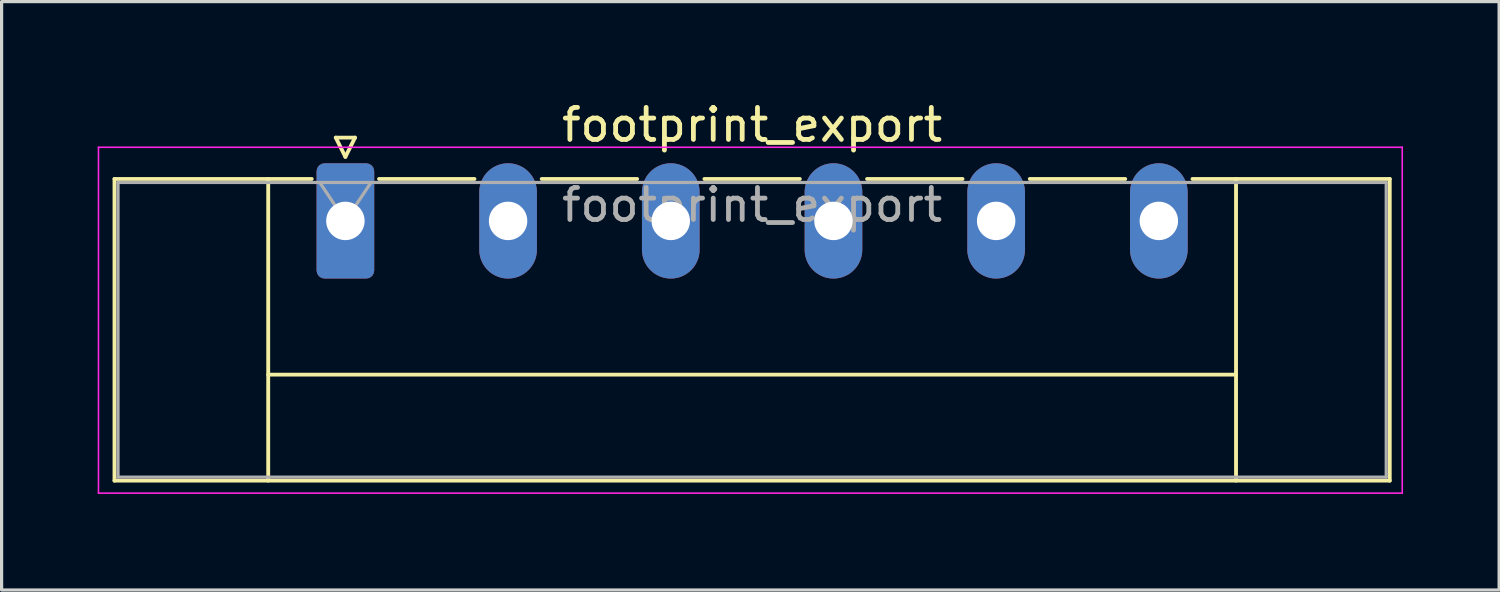
<source format=kicad_pcb>
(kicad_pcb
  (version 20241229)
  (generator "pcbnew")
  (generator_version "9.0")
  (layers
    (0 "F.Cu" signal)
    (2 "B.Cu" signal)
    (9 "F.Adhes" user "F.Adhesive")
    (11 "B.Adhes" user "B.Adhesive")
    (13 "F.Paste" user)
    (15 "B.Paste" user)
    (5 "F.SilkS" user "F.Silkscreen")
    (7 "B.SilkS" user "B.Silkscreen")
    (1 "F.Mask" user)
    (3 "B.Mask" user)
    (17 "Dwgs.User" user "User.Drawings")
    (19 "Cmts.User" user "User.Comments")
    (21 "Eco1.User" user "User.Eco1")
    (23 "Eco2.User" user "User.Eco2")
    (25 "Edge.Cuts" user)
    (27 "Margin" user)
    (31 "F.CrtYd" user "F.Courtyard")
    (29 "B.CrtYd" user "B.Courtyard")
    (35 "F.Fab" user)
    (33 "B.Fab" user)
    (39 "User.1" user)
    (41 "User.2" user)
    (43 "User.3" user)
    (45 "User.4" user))
  (footprint "footprint_export"
    (layer "F.Cu")
    (at 7.735 3.848)
    (property "Reference" "footprint_export" (at 12.7 -3 0) (layer "F.SilkS") (effects (font (size 1 1) (thickness 0.15))))
    (attr through_hole)
    (fp_line (start -7.21 -1.31) (end -7.21 8.11) (stroke (width 0.12) (type solid)) (layer "F.SilkS"))
    (fp_line (start -7.21 -1.31) (end -1.05 -1.31) (stroke (width 0.12) (type solid)) (layer "F.SilkS"))
    (fp_line (start -7.21 8.11) (end 32.61 8.11) (stroke (width 0.12) (type solid)) (layer "F.SilkS"))
    (fp_line (start -2.41 -1.31) (end -2.41 8.11) (stroke (width 0.12) (type solid)) (layer "F.SilkS"))
    (fp_line (start -2.41 4.8) (end 27.81 4.8) (stroke (width 0.12) (type solid)) (layer "F.SilkS"))
    (fp_line (start -0.3 -2.6) (end 0.3 -2.6) (stroke (width 0.12) (type solid)) (layer "F.SilkS"))
    (fp_line (start 0 -2) (end -0.3 -2.6) (stroke (width 0.12) (type solid)) (layer "F.SilkS"))
    (fp_line (start 0.3 -2.6) (end 0 -2) (stroke (width 0.12) (type solid)) (layer "F.SilkS"))
    (fp_line (start 1.05 -1.31) (end 4.03 -1.31) (stroke (width 0.12) (type solid)) (layer "F.SilkS"))
    (fp_line (start 6.13 -1.31) (end 9.11 -1.31) (stroke (width 0.12) (type solid)) (layer "F.SilkS"))
    (fp_line (start 11.21 -1.31) (end 14.19 -1.31) (stroke (width 0.12) (type solid)) (layer "F.SilkS"))
    (fp_line (start 16.29 -1.31) (end 19.27 -1.31) (stroke (width 0.12) (type solid)) (layer "F.SilkS"))
    (fp_line (start 21.37 -1.31) (end 24.35 -1.31) (stroke (width 0.12) (type solid)) (layer "F.SilkS"))
    (fp_line (start 27.81 -1.31) (end 27.81 8.11) (stroke (width 0.12) (type solid)) (layer "F.SilkS"))
    (fp_line (start 32.61 -1.31) (end 26.45 -1.31) (stroke (width 0.12) (type solid)) (layer "F.SilkS"))
    (fp_line (start 32.61 8.11) (end 32.61 -1.31) (stroke (width 0.12) (type solid)) (layer "F.SilkS"))
    (fp_line (start -7.71 -2.3) (end -7.71 8.5) (stroke (width 0.05) (type solid)) (layer "F.CrtYd"))
    (fp_line (start -7.71 8.5) (end 33 8.5) (stroke (width 0.05) (type solid)) (layer "F.CrtYd"))
    (fp_line (start 33 -2.3) (end -7.71 -2.3) (stroke (width 0.05) (type solid)) (layer "F.CrtYd"))
    (fp_line (start 33 8.5) (end 33 -2.3) (stroke (width 0.05) (type solid)) (layer "F.CrtYd"))
    (fp_line (start -7.1 -1.2) (end -7.1 8) (stroke (width 0.1) (type solid)) (layer "F.Fab"))
    (fp_line (start -7.1 8) (end 32.5 8) (stroke (width 0.1) (type solid)) (layer "F.Fab"))
    (fp_line (start 0 0) (end -0.8 -1.2) (stroke (width 0.1) (type solid)) (layer "F.Fab"))
    (fp_line (start 0.8 -1.2) (end 0 0) (stroke (width 0.1) (type solid)) (layer "F.Fab"))
    (fp_line (start 32.5 -1.2) (end -7.1 -1.2) (stroke (width 0.1) (type solid)) (layer "F.Fab"))
    (fp_line (start 32.5 8) (end 32.5 -1.2) (stroke (width 0.1) (type solid)) (layer "F.Fab"))
    (fp_text user "${REFERENCE}" (at 12.7 -0.5 0) (layer "F.Fab") (effects (font (size 1 1) (thickness 0.15))))
    (pad "1" thru_hole roundrect (at 0 0) (size 1.8 3.6) (drill 1.2) (layers "*.Cu" "*.Mask") (roundrect_rratio 0.139))
    (pad "2" thru_hole oval (at 5.08 0) (size 1.8 3.6) (drill 1.2) (layers "*.Cu" "*.Mask"))
    (pad "3" thru_hole oval (at 10.16 0) (size 1.8 3.6) (drill 1.2) (layers "*.Cu" "*.Mask"))
    (pad "4" thru_hole oval (at 15.24 0) (size 1.8 3.6) (drill 1.2) (layers "*.Cu" "*.Mask"))
    (pad "5" thru_hole oval (at 20.32 0) (size 1.8 3.6) (drill 1.2) (layers "*.Cu" "*.Mask"))
    (pad "6" thru_hole oval (at 25.4 0) (size 1.8 3.6) (drill 1.2) (layers "*.Cu" "*.Mask")))
  (gr_rect
    (start -3 -3)
    (end 43.76 15.373)
    (stroke (width 0.1) (type default))
    (fill no)
    (layer "Edge.Cuts")))
</source>
